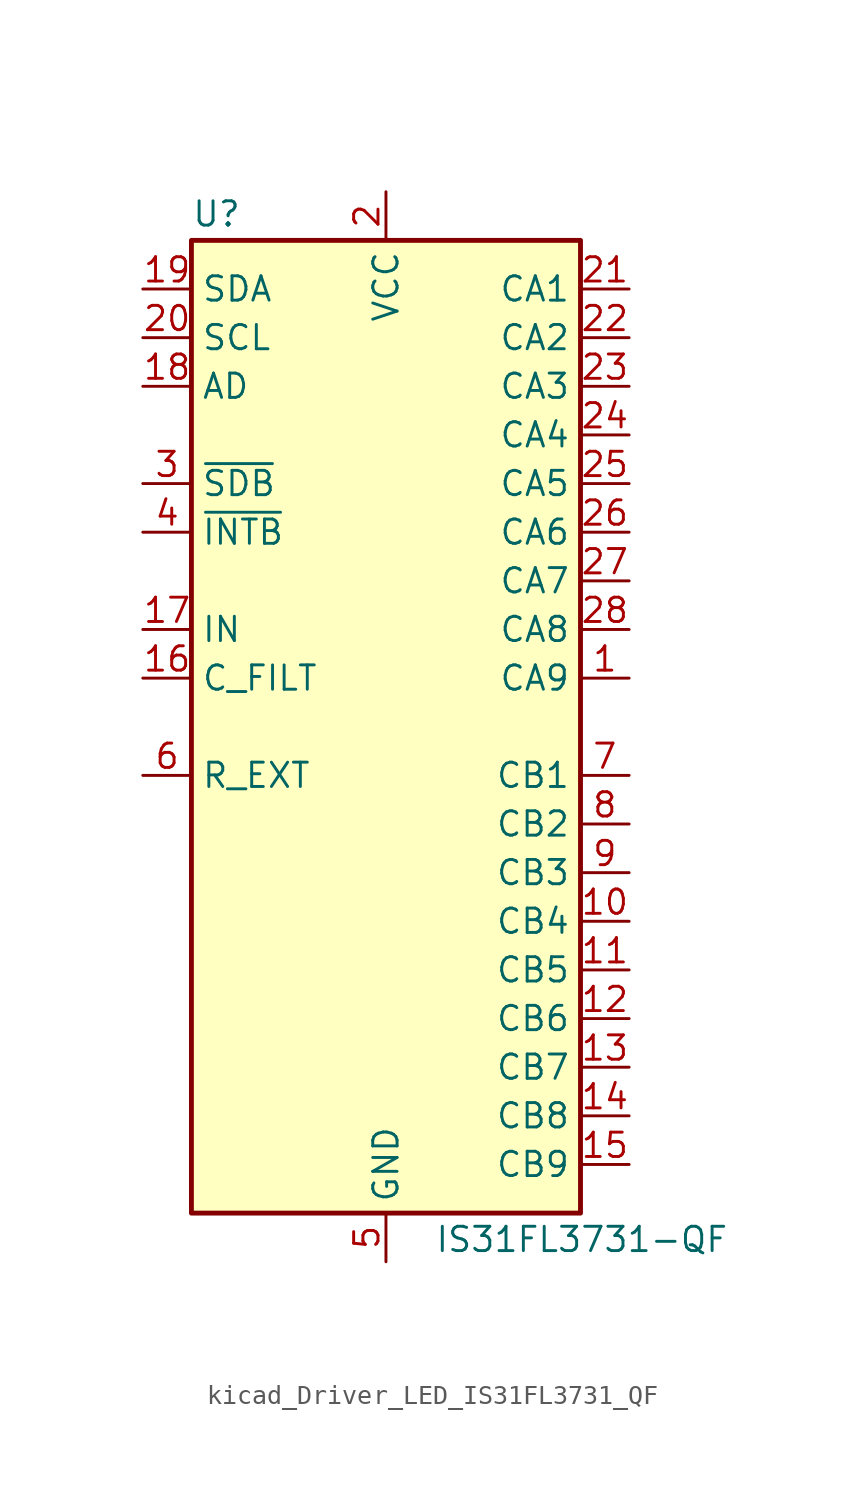
<source format=kicad_sym>
(kicad_symbol_lib
  (version 20220914)
  (generator kicad_symbol_editor)
  (symbol "kicad_Driver_LED_IS31FL3731_QF"
    (property "Reference" "U"
      (at -10.16 26.035 0)
      (effects (font (size 1.27 1.27)) (justify left bottom)))
    (property "Value" "IS31FL3731-QF"
      (at 2.54 -26.035 0)
      (effects (font (size 1.27 1.27)) (justify left top)))
    (symbol "kicad_Driver_LED_IS31FL3731_QF_0_1"
      (rectangle (start -10.16 25.4) (end 10.16 -25.4) (stroke (width 0.254) (type default)) (fill (type background))))
    (symbol "kicad_Driver_LED_IS31FL3731_QF_1_1"
      (pin bidirectional line (at 12.7 2.54 180) (length 2.54) (name "CA9" (effects (font (size 1.27 1.27)))) (number "1" (effects (font (size 1.27 1.27)))))
      (pin bidirectional line (at 12.7 -10.16 180) (length 2.54) (name "CB4" (effects (font (size 1.27 1.27)))) (number "10" (effects (font (size 1.27 1.27)))))
      (pin bidirectional line (at 12.7 -12.7 180) (length 2.54) (name "CB5" (effects (font (size 1.27 1.27)))) (number "11" (effects (font (size 1.27 1.27)))))
      (pin bidirectional line (at 12.7 -15.24 180) (length 2.54) (name "CB6" (effects (font (size 1.27 1.27)))) (number "12" (effects (font (size 1.27 1.27)))))
      (pin bidirectional line (at 12.7 -17.78 180) (length 2.54) (name "CB7" (effects (font (size 1.27 1.27)))) (number "13" (effects (font (size 1.27 1.27)))))
      (pin bidirectional line (at 12.7 -20.32 180) (length 2.54) (name "CB8" (effects (font (size 1.27 1.27)))) (number "14" (effects (font (size 1.27 1.27)))))
      (pin bidirectional line (at 12.7 -22.86 180) (length 2.54) (name "CB9" (effects (font (size 1.27 1.27)))) (number "15" (effects (font (size 1.27 1.27)))))
      (pin passive line (at -12.7 2.54 0) (length 2.54) (name "C_FILT" (effects (font (size 1.27 1.27)))) (number "16" (effects (font (size 1.27 1.27)))))
      (pin input line (at -12.7 5.08 0) (length 2.54) (name "IN" (effects (font (size 1.27 1.27)))) (number "17" (effects (font (size 1.27 1.27)))))
      (pin input line (at -12.7 17.78 0) (length 2.54) (name "AD" (effects (font (size 1.27 1.27)))) (number "18" (effects (font (size 1.27 1.27)))))
      (pin bidirectional line (at -12.7 22.86 0) (length 2.54) (name "SDA" (effects (font (size 1.27 1.27)))) (number "19" (effects (font (size 1.27 1.27)))))
      (pin power_in line (at 0 27.94 270) (length 2.54) (name "VCC" (effects (font (size 1.27 1.27)))) (number "2" (effects (font (size 1.27 1.27)))))
      (pin input line (at -12.7 20.32 0) (length 2.54) (name "SCL" (effects (font (size 1.27 1.27)))) (number "20" (effects (font (size 1.27 1.27)))))
      (pin bidirectional line (at 12.7 22.86 180) (length 2.54) (name "CA1" (effects (font (size 1.27 1.27)))) (number "21" (effects (font (size 1.27 1.27)))))
      (pin bidirectional line (at 12.7 20.32 180) (length 2.54) (name "CA2" (effects (font (size 1.27 1.27)))) (number "22" (effects (font (size 1.27 1.27)))))
      (pin bidirectional line (at 12.7 17.78 180) (length 2.54) (name "CA3" (effects (font (size 1.27 1.27)))) (number "23" (effects (font (size 1.27 1.27)))))
      (pin bidirectional line (at 12.7 15.24 180) (length 2.54) (name "CA4" (effects (font (size 1.27 1.27)))) (number "24" (effects (font (size 1.27 1.27)))))
      (pin bidirectional line (at 12.7 12.7 180) (length 2.54) (name "CA5" (effects (font (size 1.27 1.27)))) (number "25" (effects (font (size 1.27 1.27)))))
      (pin bidirectional line (at 12.7 10.16 180) (length 2.54) (name "CA6" (effects (font (size 1.27 1.27)))) (number "26" (effects (font (size 1.27 1.27)))))
      (pin bidirectional line (at 12.7 7.62 180) (length 2.54) (name "CA7" (effects (font (size 1.27 1.27)))) (number "27" (effects (font (size 1.27 1.27)))))
      (pin bidirectional line (at 12.7 5.08 180) (length 2.54) (name "CA8" (effects (font (size 1.27 1.27)))) (number "28" (effects (font (size 1.27 1.27)))))
      (pin passive line (at 0 -27.94 90) (length 2.54) hide (name "GND" (effects (font (size 1.27 1.27)))) (number "29" (effects (font (size 1.27 1.27)))))
      (pin input line (at -12.7 12.7 0) (length 2.54) (name "~{SDB}" (effects (font (size 1.27 1.27)))) (number "3" (effects (font (size 1.27 1.27)))))
      (pin open_collector line (at -12.7 10.16 0) (length 2.54) (name "~{INTB}" (effects (font (size 1.27 1.27)))) (number "4" (effects (font (size 1.27 1.27)))))
      (pin power_in line (at 0 -27.94 90) (length 2.54) (name "GND" (effects (font (size 1.27 1.27)))) (number "5" (effects (font (size 1.27 1.27)))))
      (pin passive line (at -12.7 -2.54 0) (length 2.54) (name "R_EXT" (effects (font (size 1.27 1.27)))) (number "6" (effects (font (size 1.27 1.27)))))
      (pin bidirectional line (at 12.7 -2.54 180) (length 2.54) (name "CB1" (effects (font (size 1.27 1.27)))) (number "7" (effects (font (size 1.27 1.27)))))
      (pin bidirectional line (at 12.7 -5.08 180) (length 2.54) (name "CB2" (effects (font (size 1.27 1.27)))) (number "8" (effects (font (size 1.27 1.27)))))
      (pin bidirectional line (at 12.7 -7.62 180) (length 2.54) (name "CB3" (effects (font (size 1.27 1.27)))) (number "9" (effects (font (size 1.27 1.27))))))))
</source>
